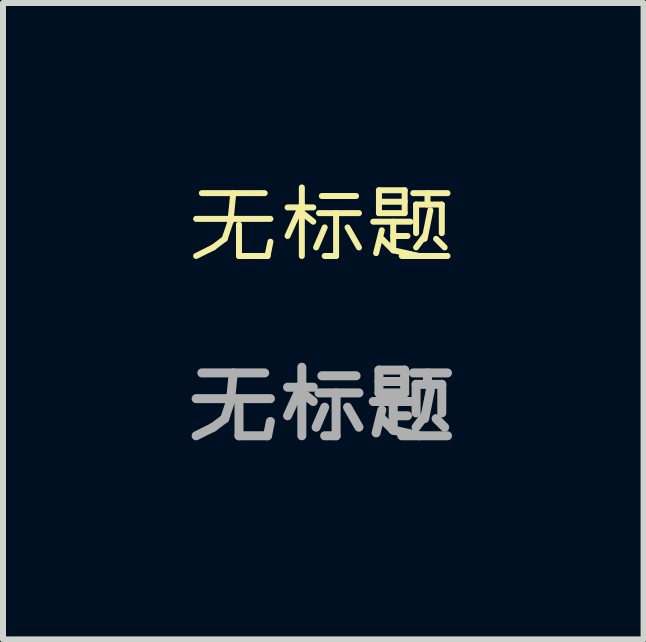
<source format=kicad_pcb>
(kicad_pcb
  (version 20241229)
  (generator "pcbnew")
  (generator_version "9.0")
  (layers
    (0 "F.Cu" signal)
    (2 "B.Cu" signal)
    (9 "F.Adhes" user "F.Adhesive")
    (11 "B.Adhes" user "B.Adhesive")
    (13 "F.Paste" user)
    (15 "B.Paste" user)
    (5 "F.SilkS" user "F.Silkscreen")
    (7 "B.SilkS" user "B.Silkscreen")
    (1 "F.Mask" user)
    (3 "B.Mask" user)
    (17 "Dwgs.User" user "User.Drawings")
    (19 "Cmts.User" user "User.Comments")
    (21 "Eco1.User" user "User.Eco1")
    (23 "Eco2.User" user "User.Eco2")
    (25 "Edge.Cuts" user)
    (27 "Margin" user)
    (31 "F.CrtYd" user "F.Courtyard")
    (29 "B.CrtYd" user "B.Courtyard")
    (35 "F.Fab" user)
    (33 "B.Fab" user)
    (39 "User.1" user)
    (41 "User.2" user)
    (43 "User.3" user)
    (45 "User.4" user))
  (footprint "无标题"
    (layer "F.Cu")
    (at 2.339 1.26)
    (property "Reference" "无标题" (at 0 -0.5 0) (unlocked yes) (layer "F.SilkS") (effects (font (size 1 1) (thickness 0.1))))
    (attr smd)
    (fp_text user "${REFERENCE}" (at 0 2.5 0) (unlocked yes) (layer "F.Fab") (effects (font (size 1 1) (thickness 0.15)))))
  (gr_rect
    (start -3 -3)
    (end 7.679 7.609)
    (stroke (width 0.1) (type default))
    (fill no)
    (layer "Edge.Cuts")))
</source>
